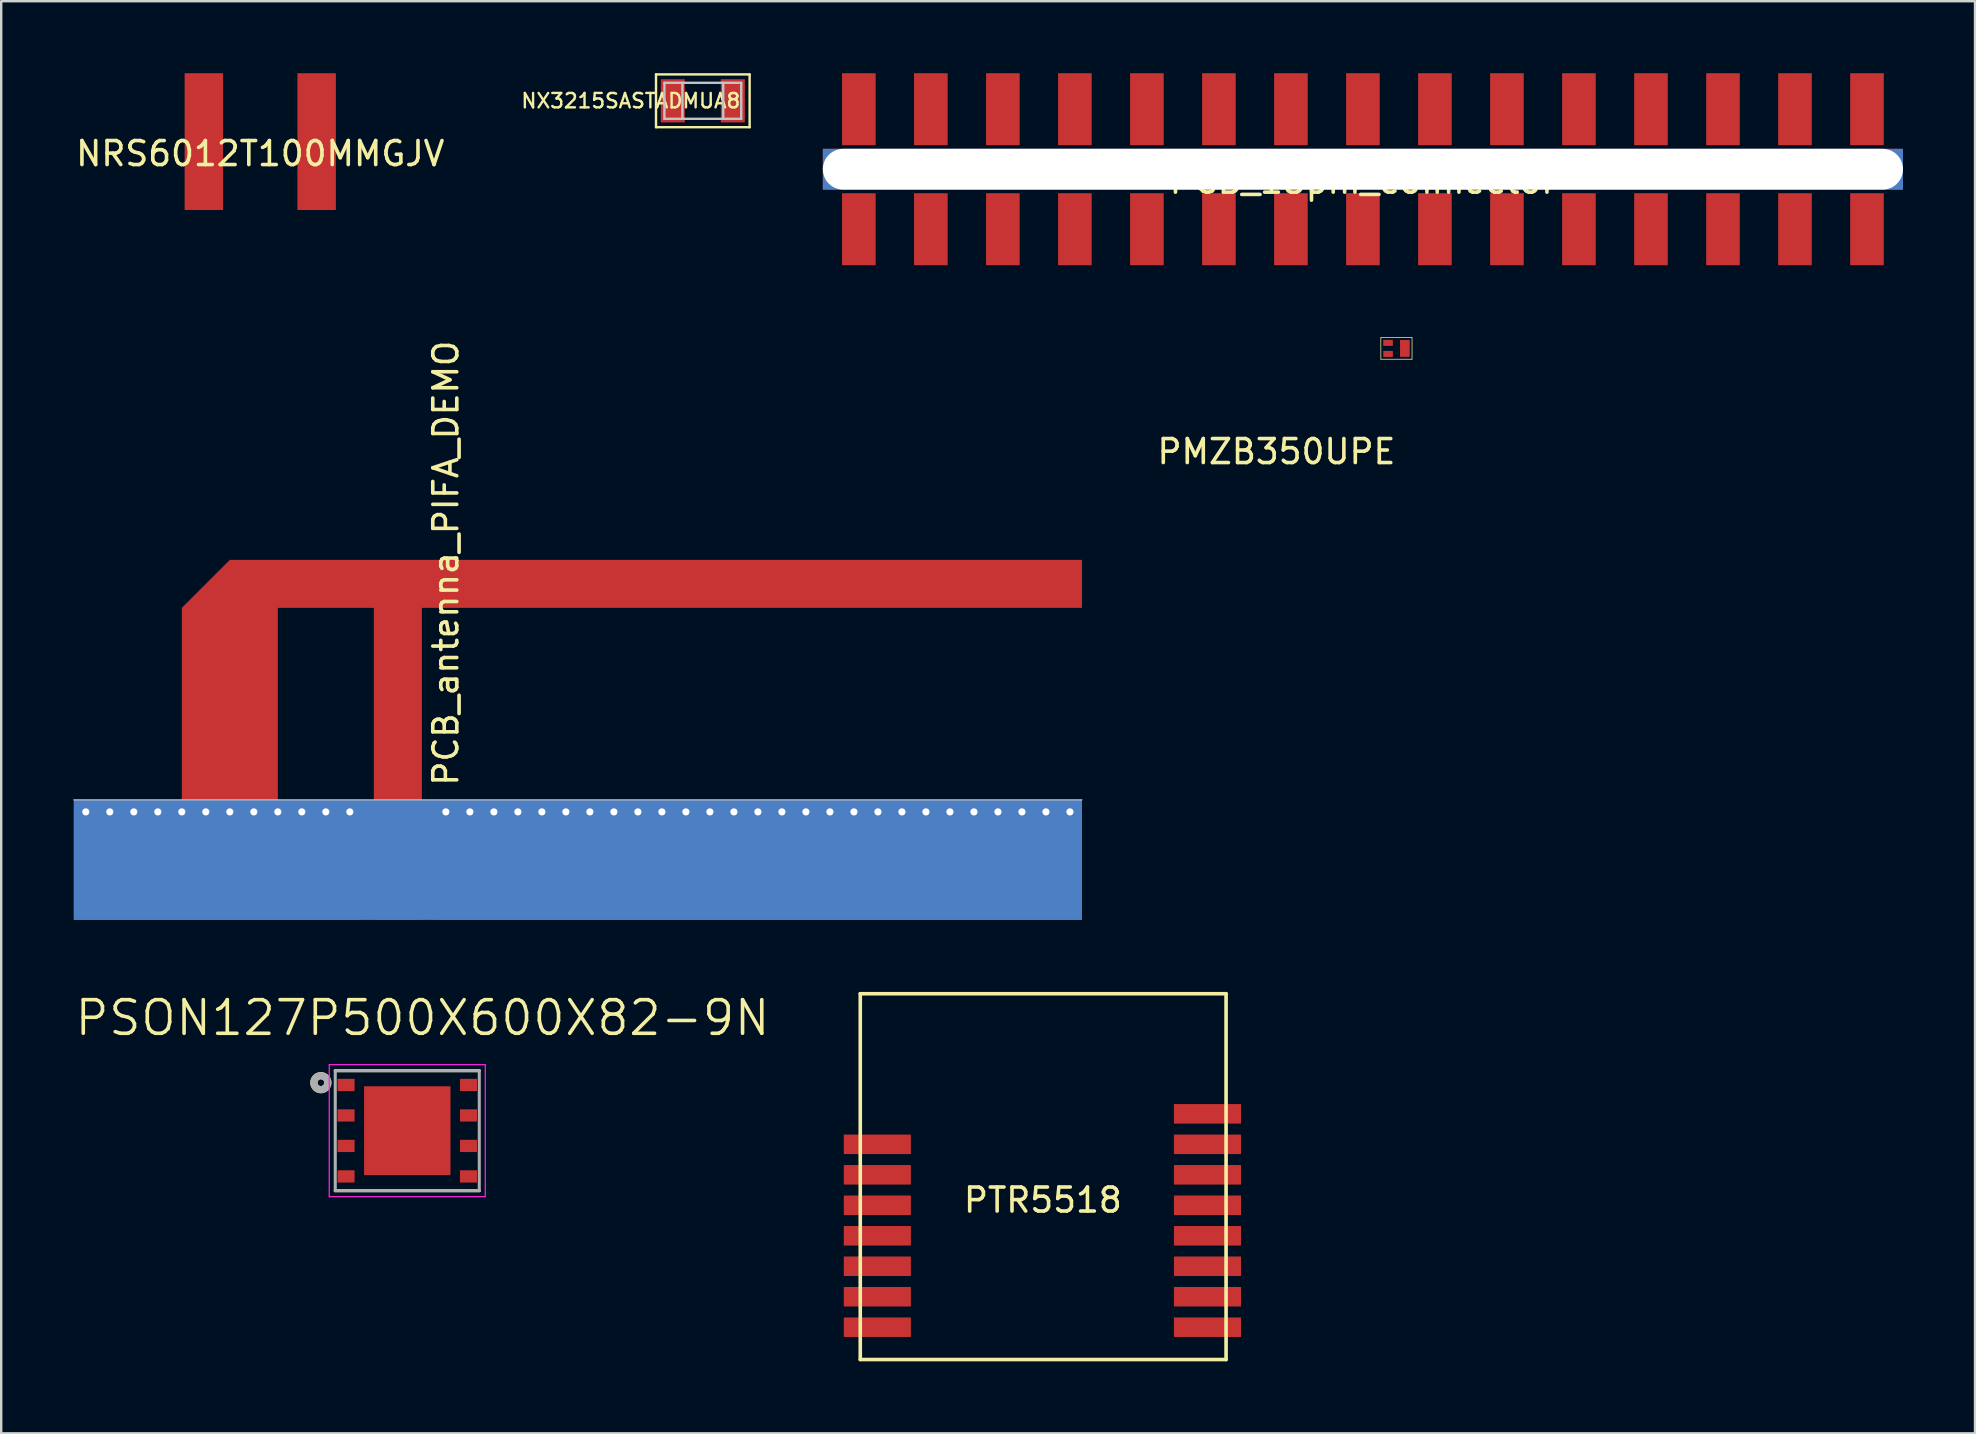
<source format=kicad_pcb>
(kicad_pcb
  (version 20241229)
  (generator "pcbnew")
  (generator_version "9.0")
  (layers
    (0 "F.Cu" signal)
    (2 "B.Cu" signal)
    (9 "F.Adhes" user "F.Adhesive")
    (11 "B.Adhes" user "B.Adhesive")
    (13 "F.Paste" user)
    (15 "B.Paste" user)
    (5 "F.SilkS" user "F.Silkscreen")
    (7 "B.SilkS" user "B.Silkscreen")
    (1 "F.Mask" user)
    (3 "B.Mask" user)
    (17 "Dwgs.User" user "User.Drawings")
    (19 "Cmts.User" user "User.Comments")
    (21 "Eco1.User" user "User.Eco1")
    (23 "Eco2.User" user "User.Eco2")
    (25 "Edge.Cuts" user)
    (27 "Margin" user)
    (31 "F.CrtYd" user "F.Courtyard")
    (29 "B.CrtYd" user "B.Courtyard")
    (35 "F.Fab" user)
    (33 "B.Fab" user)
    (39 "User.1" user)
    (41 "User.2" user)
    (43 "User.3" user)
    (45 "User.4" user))
  (footprint "NRS6012T100MMGJV"
    (layer "F.Cu")
    (at 7.792 2.85)
    (property "Reference" "NRS6012T100MMGJV" (at 0 0.5 0) (layer "F.SilkS") (effects (font (size 1 1) (thickness 0.15))))
    (attr through_hole)
    (pad "1" smd rect (at -2.35 0) (size 1.6 5.7) (layers "F.Cu" "F.Mask" "F.Paste"))
    (pad "2" smd rect (at 2.35 0) (size 1.6 5.7) (layers "F.Cu" "F.Mask" "F.Paste")))
  (footprint "PMZB350UPE"
    (layer "F.Cu")
    (at 55.127 11.465)
    (property "Reference" "PMZB350UPE" (at -5 4.3 0) (layer "F.SilkS") (effects (font (size 1 1) (thickness 0.15))))
    (attr through_hole)
    (fp_line (start -0.65 -0.45) (end -0.65 0.45) (stroke (width 0.03) (type solid)) (layer "F.SilkS"))
    (fp_line (start -0.65 -0.45) (end 0.65 -0.45) (stroke (width 0.03) (type solid)) (layer "F.SilkS"))
    (fp_line (start -0.65 0.45) (end 0.65 0.45) (stroke (width 0.03) (type solid)) (layer "F.SilkS"))
    (fp_line (start 0.65 -0.45) (end 0.65 0.45) (stroke (width 0.03) (type solid)) (layer "F.SilkS"))
    (pad "1" smd rect (at -0.35 -0.23) (size 0.4 0.25) (layers "F.Cu" "F.Mask" "F.Paste"))
    (pad "2" smd rect (at -0.35 0.23) (size 0.4 0.25) (layers "F.Cu" "F.Mask" "F.Paste"))
    (pad "3" smd rect (at 0.35 0) (size 0.4 0.7) (layers "F.Cu" "F.Mask" "F.Paste")))
  (footprint "PTR5518"
    (layer "F.Cu")
    (at 40.396 45.677)
    (property "Reference" "PTR5518" (at 0 1.27 0) (layer "F.SilkS") (effects (font (size 1 1) (thickness 0.15))))
    (attr through_hole)
    (fp_line (start -7.607 -7.328) (end 7.633 -7.328) (stroke (width 0.15) (type solid)) (layer "F.SilkS"))
    (fp_line (start -7.607 7.912) (end -7.607 -7.328) (stroke (width 0.15) (type solid)) (layer "F.SilkS"))
    (fp_line (start 7.633 -7.328) (end 7.633 7.912) (stroke (width 0.15) (type solid)) (layer "F.SilkS"))
    (fp_line (start 7.633 7.912) (end -7.607 7.912) (stroke (width 0.15) (type solid)) (layer "F.SilkS"))
    (pad "1" smd rect (at 6.858 6.566) (size 2.794 0.813) (layers "F.Cu" "F.Mask" "F.Paste"))
    (pad "2" smd rect (at 6.858 5.296) (size 2.794 0.813) (layers "F.Cu" "F.Mask" "F.Paste"))
    (pad "3" smd rect (at 6.858 4.026) (size 2.794 0.813) (layers "F.Cu" "F.Mask" "F.Paste"))
    (pad "4" smd rect (at 6.858 2.756) (size 2.794 0.813) (layers "F.Cu" "F.Mask" "F.Paste"))
    (pad "5" smd rect (at 6.858 1.486) (size 2.794 0.813) (layers "F.Cu" "F.Mask" "F.Paste"))
    (pad "6" smd rect (at 6.858 0.216) (size 2.794 0.813) (layers "F.Cu" "F.Mask" "F.Paste"))
    (pad "7" smd rect (at 6.858 -1.054) (size 2.794 0.813) (layers "F.Cu" "F.Mask" "F.Paste"))
    (pad "8" smd rect (at 6.858 -2.324) (size 2.794 0.813) (layers "F.Cu" "F.Mask" "F.Paste"))
    (pad "9" smd rect (at -6.896 -1.054) (size 2.794 0.813) (layers "F.Cu" "F.Mask" "F.Paste"))
    (pad "10" smd rect (at -6.896 0.216) (size 2.794 0.813) (layers "F.Cu" "F.Mask" "F.Paste"))
    (pad "11" smd rect (at -6.896 1.486) (size 2.794 0.813) (layers "F.Cu" "F.Mask" "F.Paste"))
    (pad "12" smd rect (at -6.896 2.756) (size 2.794 0.813) (layers "F.Cu" "F.Mask" "F.Paste"))
    (pad "13" smd rect (at -6.896 4.026) (size 2.794 0.813) (layers "F.Cu" "F.Mask" "F.Paste"))
    (pad "14" smd rect (at -6.896 5.296) (size 2.794 0.813) (layers "F.Cu" "F.Mask" "F.Paste"))
    (pad "15" smd rect (at -6.896 6.566) (size 2.794 0.813) (layers "F.Cu" "F.Mask" "F.Paste")))
  (footprint "PSON127P500X600X82-9N"
    (layer "F.Cu")
    (at 13.917 44.055)
    (property "Reference" "PSON127P500X600X82-9N" (at 0.635 -4.699 0) (layer "F.SilkS") (effects (font (size 1.4 1.4) (thickness 0.15))))
    (attr through_hole)
    (fp_line (start -3 -2.5) (end 3 -2.5) (stroke (width 0.127) (type solid)) (layer "F.SilkS"))
    (fp_line (start 3 2.5) (end -3 2.5) (stroke (width 0.127) (type solid)) (layer "F.SilkS"))
    (fp_circle (center -3.6 -2) (end -3.459 -2) (stroke (width 0.3) (type solid)) (fill no) (layer "F.SilkS"))
    (fp_poly (pts (xy -1.5 -1.45) (xy -0.18 -1.45) (xy -0.18 -0.18) (xy -1.5 -0.18)) (stroke (width 0.01) (type solid)) (fill yes) (layer "F.Paste"))
    (fp_poly (pts (xy -1.5 0.18) (xy -0.18 0.18) (xy -0.18 1.45) (xy -1.5 1.45)) (stroke (width 0.01) (type solid)) (fill yes) (layer "F.Paste"))
    (fp_poly (pts (xy 0.18 -1.45) (xy 1.5 -1.45) (xy 1.5 -0.18) (xy 0.18 -0.18)) (stroke (width 0.01) (type solid)) (fill yes) (layer "F.Paste"))
    (fp_poly (pts (xy 0.18 0.18) (xy 1.5 0.18) (xy 1.5 1.45) (xy 0.18 1.45)) (stroke (width 0.01) (type solid)) (fill yes) (layer "F.Paste"))
    (fp_line (start -3.25 -2.75) (end 3.25 -2.75) (stroke (width 0.05) (type solid)) (layer "F.CrtYd"))
    (fp_line (start -3.25 2.75) (end -3.25 -2.75) (stroke (width 0.05) (type solid)) (layer "F.CrtYd"))
    (fp_line (start 3.25 -2.75) (end 3.25 2.75) (stroke (width 0.05) (type solid)) (layer "F.CrtYd"))
    (fp_line (start 3.25 2.75) (end -3.25 2.75) (stroke (width 0.05) (type solid)) (layer "F.CrtYd"))
    (fp_line (start -3 -2.5) (end 3 -2.5) (stroke (width 0.127) (type solid)) (layer "F.Fab"))
    (fp_line (start -3 2.5) (end -3 -2.5) (stroke (width 0.127) (type solid)) (layer "F.Fab"))
    (fp_line (start 3 -2.5) (end 3 2.5) (stroke (width 0.127) (type solid)) (layer "F.Fab"))
    (fp_line (start 3 2.5) (end -3 2.5) (stroke (width 0.127) (type solid)) (layer "F.Fab"))
    (fp_circle (center -3.6 -2) (end -3.459 -2) (stroke (width 0.3) (type solid)) (fill no) (layer "F.Fab"))
    (pad "1" smd rect (at -2.55 -1.905) (size 0.71 0.51) (layers "F.Cu" "F.Mask" "F.Paste"))
    (pad "2" smd rect (at -2.55 -0.635) (size 0.71 0.51) (layers "F.Cu" "F.Mask" "F.Paste"))
    (pad "3" smd rect (at -2.55 0.635) (size 0.71 0.51) (layers "F.Cu" "F.Mask" "F.Paste"))
    (pad "4" smd rect (at -2.55 1.905) (size 0.71 0.51) (layers "F.Cu" "F.Mask" "F.Paste"))
    (pad "5" smd rect (at 2.55 1.905) (size 0.71 0.51) (layers "F.Cu" "F.Mask" "F.Paste"))
    (pad "6" smd rect (at 2.55 0.635) (size 0.71 0.51) (layers "F.Cu" "F.Mask" "F.Paste"))
    (pad "7" smd rect (at 2.55 -0.635) (size 0.71 0.51) (layers "F.Cu" "F.Mask" "F.Paste"))
    (pad "8" smd rect (at 2.55 -1.905) (size 0.71 0.51) (layers "F.Cu" "F.Mask" "F.Paste"))
    (pad "9" smd rect (at 0 0) (size 3.6 3.7) (layers "F.Cu" "F.Mask")))
  (footprint "NX3215SASTADMUA8"
    (layer "F.Cu")
    (at 26.23 1.15)
    (property "Reference" "NX3215SASTADMUA8" (at -3 0 0) (layer "F.SilkS") (effects (font (size 0.6 0.6) (thickness 0.1))))
    (attr through_hole)
    (fp_line (start -1.95 -1.1) (end -1.95 1.1) (stroke (width 0.1) (type solid)) (layer "F.SilkS"))
    (fp_line (start -1.95 1.1) (end 1.95 1.1) (stroke (width 0.1) (type solid)) (layer "F.SilkS"))
    (fp_line (start 1.95 -1.1) (end -1.95 -1.1) (stroke (width 0.1) (type solid)) (layer "F.SilkS"))
    (fp_line (start 1.95 1.1) (end 1.95 -1.1) (stroke (width 0.1) (type solid)) (layer "F.SilkS"))
    (fp_line (start -1.6 -0.75) (end 1.6 -0.75) (stroke (width 0.1) (type solid)) (layer "Dwgs.User"))
    (fp_line (start -1.6 0.75) (end -1.6 -0.75) (stroke (width 0.1) (type solid)) (layer "Dwgs.User"))
    (fp_line (start -1.6 0.75) (end 1.6 0.75) (stroke (width 0.1) (type solid)) (layer "Dwgs.User"))
    (fp_line (start -0.85 0.75) (end -0.85 -0.75) (stroke (width 0.1) (type solid)) (layer "Dwgs.User"))
    (fp_line (start 0.85 0.75) (end 0.85 -0.75) (stroke (width 0.1) (type solid)) (layer "Dwgs.User"))
    (fp_line (start 1.6 0.75) (end 1.6 -0.75) (stroke (width 0.1) (type solid)) (layer "Dwgs.User"))
    (pad "1" smd rect (at -1.25 0) (size 1 1.8) (layers "F.Cu" "F.Mask" "F.Paste"))
    (pad "2" smd rect (at 1.25 0) (size 1 1.8) (layers "F.Cu" "F.Mask" "F.Paste")))
  (footprint "PCB_15pin_connector"
    (layer "F.Cu")
    (at 53.73 4)
    (property "Reference" "PCB_15pin_connector" (at 0 0.5 0) (layer "F.SilkS") (effects (font (size 1 1) (thickness 0.15))))
    (attr through_hole)
    (pad "" np_thru_hole rect (at 0 0) (size 45 1.7) (drill oval 45 1.7) (layers "*.Cu" "*.Mask"))
    (pad "1" smd rect (at -21 -2.5) (size 1.4 3) (layers "F.Cu" "F.Mask" "F.Paste"))
    (pad "1" smd rect (at -21 2.5) (size 1.4 3) (layers "F.Cu" "F.Mask" "F.Paste"))
    (pad "2" smd rect (at -18 -2.5) (size 1.4 3) (layers "F.Cu" "F.Mask" "F.Paste"))
    (pad "2" smd rect (at -18 2.5) (size 1.4 3) (layers "F.Cu" "F.Mask" "F.Paste"))
    (pad "3" smd rect (at -15 -2.5) (size 1.4 3) (layers "F.Cu" "F.Mask" "F.Paste"))
    (pad "3" smd rect (at -15 2.5) (size 1.4 3) (layers "F.Cu" "F.Mask" "F.Paste"))
    (pad "4" smd rect (at -12 -2.5) (size 1.4 3) (layers "F.Cu" "F.Mask" "F.Paste"))
    (pad "4" smd rect (at -12 2.5) (size 1.4 3) (layers "F.Cu" "F.Mask" "F.Paste"))
    (pad "5" smd rect (at -9 -2.5) (size 1.4 3) (layers "F.Cu" "F.Mask" "F.Paste"))
    (pad "5" smd rect (at -9 2.5) (size 1.4 3) (layers "F.Cu" "F.Mask" "F.Paste"))
    (pad "6" smd rect (at -6 -2.5) (size 1.4 3) (layers "F.Cu" "F.Mask" "F.Paste"))
    (pad "6" smd rect (at -6 2.5) (size 1.4 3) (layers "F.Cu" "F.Mask" "F.Paste"))
    (pad "7" smd rect (at -3 -2.5) (size 1.4 3) (layers "F.Cu" "F.Mask" "F.Paste"))
    (pad "7" smd rect (at -3 2.5) (size 1.4 3) (layers "F.Cu" "F.Mask" "F.Paste"))
    (pad "8" smd rect (at 0 -2.5) (size 1.4 3) (layers "F.Cu" "F.Mask" "F.Paste"))
    (pad "8" smd rect (at 0 2.5) (size 1.4 3) (layers "F.Cu" "F.Mask" "F.Paste"))
    (pad "9" smd rect (at 3 -2.5) (size 1.4 3) (layers "F.Cu" "F.Mask" "F.Paste"))
    (pad "9" smd rect (at 3 2.5) (size 1.4 3) (layers "F.Cu" "F.Mask" "F.Paste"))
    (pad "10" smd rect (at 6 -2.5) (size 1.4 3) (layers "F.Cu" "F.Mask" "F.Paste"))
    (pad "10" smd rect (at 6 2.5) (size 1.4 3) (layers "F.Cu" "F.Mask" "F.Paste"))
    (pad "11" smd rect (at 9 -2.5) (size 1.4 3) (layers "F.Cu" "F.Mask" "F.Paste"))
    (pad "11" smd rect (at 9 2.5) (size 1.4 3) (layers "F.Cu" "F.Mask" "F.Paste"))
    (pad "12" smd rect (at 12 -2.5) (size 1.4 3) (layers "F.Cu" "F.Mask" "F.Paste"))
    (pad "12" smd rect (at 12 2.5) (size 1.4 3) (layers "F.Cu" "F.Mask" "F.Paste"))
    (pad "13" smd rect (at 15 -2.5) (size 1.4 3) (layers "F.Cu" "F.Mask" "F.Paste"))
    (pad "13" smd rect (at 15 2.5) (size 1.4 3) (layers "F.Cu" "F.Mask" "F.Paste"))
    (pad "14" smd rect (at 18 -2.5) (size 1.4 3) (layers "F.Cu" "F.Mask" "F.Paste"))
    (pad "14" smd rect (at 18 2.5) (size 1.4 3) (layers "F.Cu" "F.Mask" "F.Paste"))
    (pad "15" smd rect (at 21 -2.5) (size 1.4 3) (layers "F.Cu" "F.Mask" "F.Paste"))
    (pad "15" smd rect (at 21 2.5) (size 1.4 3) (layers "F.Cu" "F.Mask" "F.Paste")))
  (footprint "PCB_antenna_PIFA_DEMO"
    (layer "F.Cu")
    (at 14.525 30.274)
    (property "Reference" "PCB_antenna_PIFA_DEMO" (at 1 -0.5 90) (layer "F.SilkS") (effects (font (size 1 1) (thickness 0.15)) (justify left)))
    (attr exclude_from_pos_files exclude_from_bom)
    (fp_poly (pts (xy 0 -8) (xy 0 0.5) (xy -2 0.5) (xy -2 -8) (xy -6 -8) (xy -6 0.5) (xy -10 0.5) (xy -10 -8) (xy -8 -10) (xy 27.5 -10) (xy 27.5 -8)) (stroke (width 0) (type solid)) (fill yes) (layer "F.Cu"))
    (fp_line (start -14.5 0) (end 27.5 0) (stroke (width 0.05) (type solid)) (layer "Dwgs.User"))
    (pad "1" smd rect (at -1 2.5) (size 2 5) (layers "F.Cu"))
    (pad "2" thru_hole circle (at -14 0.5) (size 0.5 0.5) (drill 0.3) (layers "*.Cu"))
    (pad "2" thru_hole circle (at -13 0.5) (size 0.5 0.5) (drill 0.3) (layers "*.Cu"))
    (pad "2" thru_hole circle (at -12 0.5) (size 0.5 0.5) (drill 0.3) (layers "*.Cu"))
    (pad "2" thru_hole circle (at -11 0.5) (size 0.5 0.5) (drill 0.3) (layers "*.Cu"))
    (pad "2" thru_hole circle (at -10 0.5) (size 0.5 0.5) (drill 0.3) (layers "*.Cu"))
    (pad "2" thru_hole circle (at -9 0.5) (size 0.5 0.5) (drill 0.3) (layers "*.Cu"))
    (pad "2" smd rect (at -8.5 2.5) (size 12 5) (layers "F.Cu"))
    (pad "2" thru_hole circle (at -8 0.5) (size 0.5 0.5) (drill 0.3) (layers "*.Cu"))
    (pad "2" thru_hole circle (at -7 0.5) (size 0.5 0.5) (drill 0.3) (layers "*.Cu"))
    (pad "2" thru_hole circle (at -6 0.5) (size 0.5 0.5) (drill 0.3) (layers "*.Cu"))
    (pad "2" thru_hole circle (at -5 0.5) (size 0.5 0.5) (drill 0.3) (layers "*.Cu"))
    (pad "2" thru_hole circle (at -4 0.5) (size 0.5 0.5) (drill 0.3) (layers "*.Cu"))
    (pad "2" thru_hole circle (at -3 0.5) (size 0.5 0.5) (drill 0.3) (layers "*.Cu"))
    (pad "2" thru_hole circle (at 1 0.5) (size 0.5 0.5) (drill 0.3) (layers "*.Cu"))
    (pad "2" thru_hole circle (at 2 0.5) (size 0.5 0.5) (drill 0.3) (layers "*.Cu"))
    (pad "2" thru_hole circle (at 3 0.5) (size 0.5 0.5) (drill 0.3) (layers "*.Cu"))
    (pad "2" thru_hole circle (at 4 0.5) (size 0.5 0.5) (drill 0.3) (layers "*.Cu"))
    (pad "2" thru_hole circle (at 5 0.5) (size 0.5 0.5) (drill 0.3) (layers "*.Cu"))
    (pad "2" thru_hole circle (at 6 0.5) (size 0.5 0.5) (drill 0.3) (layers "*.Cu"))
    (pad "2" smd rect (at 6.5 2.5) (size 42 5) (layers "B.Cu"))
    (pad "2" thru_hole circle (at 7 0.5) (size 0.5 0.5) (drill 0.3) (layers "*.Cu"))
    (pad "2" thru_hole circle (at 8 0.5) (size 0.5 0.5) (drill 0.3) (layers "*.Cu"))
    (pad "2" thru_hole circle (at 9 0.5) (size 0.5 0.5) (drill 0.3) (layers "*.Cu"))
    (pad "2" thru_hole circle (at 10 0.5) (size 0.5 0.5) (drill 0.3) (layers "*.Cu"))
    (pad "2" thru_hole circle (at 11 0.5) (size 0.5 0.5) (drill 0.3) (layers "*.Cu"))
    (pad "2" thru_hole circle (at 12 0.5) (size 0.5 0.5) (drill 0.3) (layers "*.Cu"))
    (pad "2" thru_hole circle (at 13 0.5) (size 0.5 0.5) (drill 0.3) (layers "*.Cu"))
    (pad "2" thru_hole circle (at 14 0.5) (size 0.5 0.5) (drill 0.3) (layers "*.Cu"))
    (pad "2" smd rect (at 14 2.5) (size 27 5) (layers "F.Cu"))
    (pad "2" thru_hole circle (at 15 0.5) (size 0.5 0.5) (drill 0.3) (layers "*.Cu"))
    (pad "2" thru_hole circle (at 16 0.5) (size 0.5 0.5) (drill 0.3) (layers "*.Cu"))
    (pad "2" thru_hole circle (at 17 0.5) (size 0.5 0.5) (drill 0.3) (layers "*.Cu"))
    (pad "2" thru_hole circle (at 18 0.5) (size 0.5 0.5) (drill 0.3) (layers "*.Cu"))
    (pad "2" thru_hole circle (at 19 0.5) (size 0.5 0.5) (drill 0.3) (layers "*.Cu"))
    (pad "2" thru_hole circle (at 20 0.5) (size 0.5 0.5) (drill 0.3) (layers "*.Cu"))
    (pad "2" thru_hole circle (at 21 0.5) (size 0.5 0.5) (drill 0.3) (layers "*.Cu"))
    (pad "2" thru_hole circle (at 22 0.5) (size 0.5 0.5) (drill 0.3) (layers "*.Cu"))
    (pad "2" thru_hole circle (at 23 0.5) (size 0.5 0.5) (drill 0.3) (layers "*.Cu"))
    (pad "2" thru_hole circle (at 24 0.5) (size 0.5 0.5) (drill 0.3) (layers "*.Cu"))
    (pad "2" thru_hole circle (at 25 0.5) (size 0.5 0.5) (drill 0.3) (layers "*.Cu"))
    (pad "2" thru_hole circle (at 26 0.5) (size 0.5 0.5) (drill 0.3) (layers "*.Cu"))
    (pad "2" thru_hole circle (at 27 0.5) (size 0.5 0.5) (drill 0.3) (layers "*.Cu")))
  (gr_rect
    (start -3 -3)
    (end 79.23 56.664)
    (stroke (width 0.1) (type default))
    (fill no)
    (layer "Edge.Cuts")))
</source>
